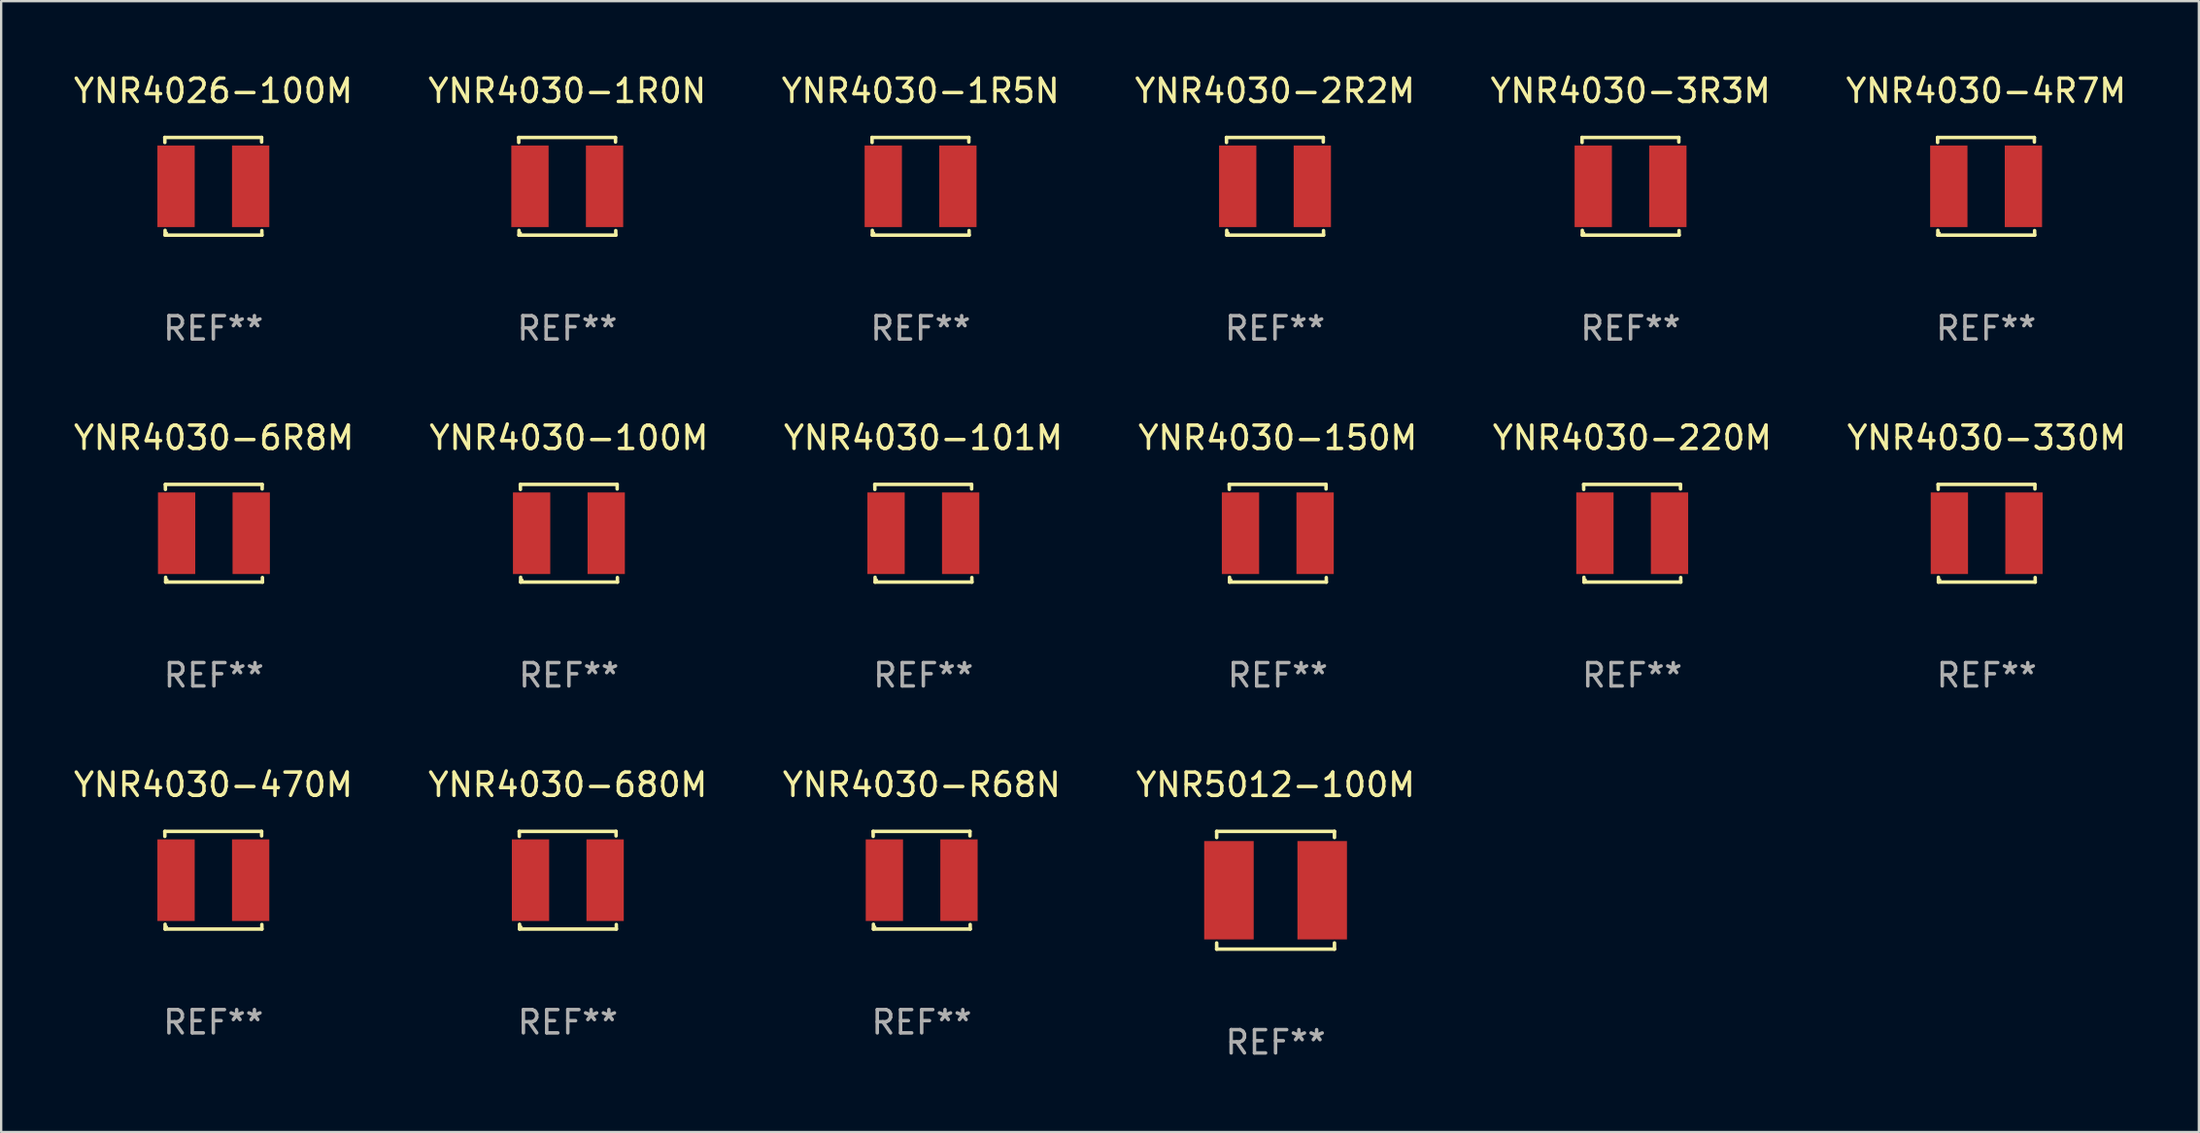
<source format=kicad_pcb>
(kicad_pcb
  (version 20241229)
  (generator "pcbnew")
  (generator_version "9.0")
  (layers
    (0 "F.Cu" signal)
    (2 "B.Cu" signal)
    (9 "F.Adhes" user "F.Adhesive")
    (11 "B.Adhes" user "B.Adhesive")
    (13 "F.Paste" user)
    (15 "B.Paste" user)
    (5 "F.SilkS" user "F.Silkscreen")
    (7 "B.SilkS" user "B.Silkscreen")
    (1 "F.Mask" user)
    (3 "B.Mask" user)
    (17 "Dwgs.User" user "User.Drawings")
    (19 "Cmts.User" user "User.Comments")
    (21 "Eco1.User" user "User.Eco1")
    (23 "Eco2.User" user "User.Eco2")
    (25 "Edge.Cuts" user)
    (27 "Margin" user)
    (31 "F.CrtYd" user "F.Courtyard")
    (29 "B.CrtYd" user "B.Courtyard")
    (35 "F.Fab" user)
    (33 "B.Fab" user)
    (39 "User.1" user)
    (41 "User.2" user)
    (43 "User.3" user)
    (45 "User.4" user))
  (footprint "YNR4030-150M"
    (layer "F.Cu")
    (at 51.756 19.832)
    (property "Reference" "YNR4030-150M" (at 0 -4.096 0) (layer "F.SilkS") (effects (font (size 1 1) (thickness 0.15))))
    (attr through_hole)
    (fp_line (start -2.083 -2.096) (end -2.08 -1.88) (stroke (width 0.15) (type solid)) (layer "F.SilkS"))
    (fp_line (start -2.07 1.89) (end -2.07 2.096) (stroke (width 0.15) (type solid)) (layer "F.SilkS"))
    (fp_line (start -2.07 2.096) (end 2.083 2.096) (stroke (width 0.15) (type solid)) (layer "F.SilkS"))
    (fp_line (start 2.07 -1.9) (end 2.07 -2.096) (stroke (width 0.15) (type solid)) (layer "F.SilkS"))
    (fp_line (start 2.07 -2.096) (end -2.083 -2.096) (stroke (width 0.15) (type solid)) (layer "F.SilkS"))
    (fp_line (start 2.083 2.096) (end 2.08 1.9) (stroke (width 0.15) (type solid)) (layer "F.SilkS"))
    (fp_circle (center -2 2) (end -1.97 2) (stroke (width 0.06) (type solid)) (fill no) (layer "F.SilkS"))
    (fp_text user "REF**" (at 0 6.096 0) (layer "F.Fab") (effects (font (size 1 1) (thickness 0.15))))
    (pad "1" smd rect (at -1.6 -0.000343) (size 1.6 3.5) (layers "F.Cu" "F.Mask" "F.Paste"))
    (pad "2" smd rect (at 1.6 -0.000343) (size 1.6 3.5) (layers "F.Cu" "F.Mask" "F.Paste")))
  (footprint "YNR4030-1R0N"
    (layer "F.Cu")
    (at 21.28 4.944)
    (property "Reference" "YNR4030-1R0N" (at 0 -4.096 0) (layer "F.SilkS") (effects (font (size 1 1) (thickness 0.15))))
    (attr through_hole)
    (fp_line (start -2.083 -2.096) (end -2.08 -1.88) (stroke (width 0.15) (type solid)) (layer "F.SilkS"))
    (fp_line (start -2.07 1.89) (end -2.07 2.096) (stroke (width 0.15) (type solid)) (layer "F.SilkS"))
    (fp_line (start -2.07 2.096) (end 2.083 2.096) (stroke (width 0.15) (type solid)) (layer "F.SilkS"))
    (fp_line (start 2.07 -1.9) (end 2.07 -2.096) (stroke (width 0.15) (type solid)) (layer "F.SilkS"))
    (fp_line (start 2.07 -2.096) (end -2.083 -2.096) (stroke (width 0.15) (type solid)) (layer "F.SilkS"))
    (fp_line (start 2.083 2.096) (end 2.08 1.9) (stroke (width 0.15) (type solid)) (layer "F.SilkS"))
    (fp_circle (center -2 2) (end -1.97 2) (stroke (width 0.06) (type solid)) (fill no) (layer "F.SilkS"))
    (fp_text user "REF**" (at 0 6.096 0) (layer "F.Fab") (effects (font (size 1 1) (thickness 0.15))))
    (pad "1" smd rect (at -1.6 -0.000343) (size 1.6 3.5) (layers "F.Cu" "F.Mask" "F.Paste"))
    (pad "2" smd rect (at 1.6 -0.000343) (size 1.6 3.5) (layers "F.Cu" "F.Mask" "F.Paste")))
  (footprint "YNR4030-100M"
    (layer "F.Cu")
    (at 21.351 19.832)
    (property "Reference" "YNR4030-100M" (at 0 -4.096 0) (layer "F.SilkS") (effects (font (size 1 1) (thickness 0.15))))
    (attr through_hole)
    (fp_line (start -2.083 -2.096) (end -2.08 -1.88) (stroke (width 0.15) (type solid)) (layer "F.SilkS"))
    (fp_line (start -2.07 1.89) (end -2.07 2.096) (stroke (width 0.15) (type solid)) (layer "F.SilkS"))
    (fp_line (start -2.07 2.096) (end 2.083 2.096) (stroke (width 0.15) (type solid)) (layer "F.SilkS"))
    (fp_line (start 2.07 -1.9) (end 2.07 -2.096) (stroke (width 0.15) (type solid)) (layer "F.SilkS"))
    (fp_line (start 2.07 -2.096) (end -2.083 -2.096) (stroke (width 0.15) (type solid)) (layer "F.SilkS"))
    (fp_line (start 2.083 2.096) (end 2.08 1.9) (stroke (width 0.15) (type solid)) (layer "F.SilkS"))
    (fp_circle (center -2 2) (end -1.97 2) (stroke (width 0.06) (type solid)) (fill no) (layer "F.SilkS"))
    (fp_text user "REF**" (at 0 6.096 0) (layer "F.Fab") (effects (font (size 1 1) (thickness 0.15))))
    (pad "1" smd rect (at -1.6 -0.000343) (size 1.6 3.5) (layers "F.Cu" "F.Mask" "F.Paste"))
    (pad "2" smd rect (at 1.6 -0.000343) (size 1.6 3.5) (layers "F.Cu" "F.Mask" "F.Paste")))
  (footprint "YNR4030-2R2M"
    (layer "F.Cu")
    (at 51.637 4.944)
    (property "Reference" "YNR4030-2R2M" (at 0 -4.096 0) (layer "F.SilkS") (effects (font (size 1 1) (thickness 0.15))))
    (attr through_hole)
    (fp_line (start -2.083 -2.096) (end -2.08 -1.88) (stroke (width 0.15) (type solid)) (layer "F.SilkS"))
    (fp_line (start -2.07 1.89) (end -2.07 2.096) (stroke (width 0.15) (type solid)) (layer "F.SilkS"))
    (fp_line (start -2.07 2.096) (end 2.083 2.096) (stroke (width 0.15) (type solid)) (layer "F.SilkS"))
    (fp_line (start 2.07 -1.9) (end 2.07 -2.096) (stroke (width 0.15) (type solid)) (layer "F.SilkS"))
    (fp_line (start 2.07 -2.096) (end -2.083 -2.096) (stroke (width 0.15) (type solid)) (layer "F.SilkS"))
    (fp_line (start 2.083 2.096) (end 2.08 1.9) (stroke (width 0.15) (type solid)) (layer "F.SilkS"))
    (fp_circle (center -2 2) (end -1.97 2) (stroke (width 0.06) (type solid)) (fill no) (layer "F.SilkS"))
    (fp_text user "REF**" (at 0 6.096 0) (layer "F.Fab") (effects (font (size 1 1) (thickness 0.15))))
    (pad "1" smd rect (at -1.6 -0.000343) (size 1.6 3.5) (layers "F.Cu" "F.Mask" "F.Paste"))
    (pad "2" smd rect (at 1.6 -0.000343) (size 1.6 3.5) (layers "F.Cu" "F.Mask" "F.Paste")))
  (footprint "YNR4030-101M"
    (layer "F.Cu")
    (at 36.554 19.832)
    (property "Reference" "YNR4030-101M" (at 0 -4.096 0) (layer "F.SilkS") (effects (font (size 1 1) (thickness 0.15))))
    (attr through_hole)
    (fp_line (start -2.083 -2.096) (end -2.08 -1.88) (stroke (width 0.15) (type solid)) (layer "F.SilkS"))
    (fp_line (start -2.07 1.89) (end -2.07 2.096) (stroke (width 0.15) (type solid)) (layer "F.SilkS"))
    (fp_line (start -2.07 2.096) (end 2.083 2.096) (stroke (width 0.15) (type solid)) (layer "F.SilkS"))
    (fp_line (start 2.07 -1.9) (end 2.07 -2.096) (stroke (width 0.15) (type solid)) (layer "F.SilkS"))
    (fp_line (start 2.07 -2.096) (end -2.083 -2.096) (stroke (width 0.15) (type solid)) (layer "F.SilkS"))
    (fp_line (start 2.083 2.096) (end 2.08 1.9) (stroke (width 0.15) (type solid)) (layer "F.SilkS"))
    (fp_circle (center -2 2) (end -1.97 2) (stroke (width 0.06) (type solid)) (fill no) (layer "F.SilkS"))
    (fp_text user "REF**" (at 0 6.096 0) (layer "F.Fab") (effects (font (size 1 1) (thickness 0.15))))
    (pad "1" smd rect (at -1.6 -0.000343) (size 1.6 3.5) (layers "F.Cu" "F.Mask" "F.Paste"))
    (pad "2" smd rect (at 1.6 -0.000343) (size 1.6 3.5) (layers "F.Cu" "F.Mask" "F.Paste")))
  (footprint "YNR4030-R68N"
    (layer "F.Cu")
    (at 36.482 34.72)
    (property "Reference" "YNR4030-R68N" (at 0 -4.096 0) (layer "F.SilkS") (effects (font (size 1 1) (thickness 0.15))))
    (attr through_hole)
    (fp_line (start -2.083 -2.096) (end -2.08 -1.88) (stroke (width 0.15) (type solid)) (layer "F.SilkS"))
    (fp_line (start -2.07 1.89) (end -2.07 2.096) (stroke (width 0.15) (type solid)) (layer "F.SilkS"))
    (fp_line (start -2.07 2.096) (end 2.083 2.096) (stroke (width 0.15) (type solid)) (layer "F.SilkS"))
    (fp_line (start 2.07 -1.9) (end 2.07 -2.096) (stroke (width 0.15) (type solid)) (layer "F.SilkS"))
    (fp_line (start 2.07 -2.096) (end -2.083 -2.096) (stroke (width 0.15) (type solid)) (layer "F.SilkS"))
    (fp_line (start 2.083 2.096) (end 2.08 1.9) (stroke (width 0.15) (type solid)) (layer "F.SilkS"))
    (fp_circle (center -2 2) (end -1.97 2) (stroke (width 0.06) (type solid)) (fill no) (layer "F.SilkS"))
    (fp_text user "REF**" (at 0 6.096 0) (layer "F.Fab") (effects (font (size 1 1) (thickness 0.15))))
    (pad "1" smd rect (at -1.6 -0.000343) (size 1.6 3.5) (layers "F.Cu" "F.Mask" "F.Paste"))
    (pad "2" smd rect (at 1.6 -0.000343) (size 1.6 3.5) (layers "F.Cu" "F.Mask" "F.Paste")))
  (footprint "YNR4030-6R8M"
    (layer "F.Cu")
    (at 6.125 19.832)
    (property "Reference" "YNR4030-6R8M" (at 0 -4.096 0) (layer "F.SilkS") (effects (font (size 1 1) (thickness 0.15))))
    (attr through_hole)
    (fp_line (start -2.083 -2.096) (end -2.08 -1.88) (stroke (width 0.15) (type solid)) (layer "F.SilkS"))
    (fp_line (start -2.07 1.89) (end -2.07 2.096) (stroke (width 0.15) (type solid)) (layer "F.SilkS"))
    (fp_line (start -2.07 2.096) (end 2.083 2.096) (stroke (width 0.15) (type solid)) (layer "F.SilkS"))
    (fp_line (start 2.07 -1.9) (end 2.07 -2.096) (stroke (width 0.15) (type solid)) (layer "F.SilkS"))
    (fp_line (start 2.07 -2.096) (end -2.083 -2.096) (stroke (width 0.15) (type solid)) (layer "F.SilkS"))
    (fp_line (start 2.083 2.096) (end 2.08 1.9) (stroke (width 0.15) (type solid)) (layer "F.SilkS"))
    (fp_circle (center -2 2) (end -1.97 2) (stroke (width 0.06) (type solid)) (fill no) (layer "F.SilkS"))
    (fp_text user "REF**" (at 0 6.096 0) (layer "F.Fab") (effects (font (size 1 1) (thickness 0.15))))
    (pad "1" smd rect (at -1.6 -0.000343) (size 1.6 3.5) (layers "F.Cu" "F.Mask" "F.Paste"))
    (pad "2" smd rect (at 1.6 -0.000343) (size 1.6 3.5) (layers "F.Cu" "F.Mask" "F.Paste")))
  (footprint "YNR4030-1R5N"
    (layer "F.Cu")
    (at 36.435 4.944)
    (property "Reference" "YNR4030-1R5N" (at 0 -4.096 0) (layer "F.SilkS") (effects (font (size 1 1) (thickness 0.15))))
    (attr through_hole)
    (fp_line (start -2.083 -2.096) (end -2.08 -1.88) (stroke (width 0.15) (type solid)) (layer "F.SilkS"))
    (fp_line (start -2.07 1.89) (end -2.07 2.096) (stroke (width 0.15) (type solid)) (layer "F.SilkS"))
    (fp_line (start -2.07 2.096) (end 2.083 2.096) (stroke (width 0.15) (type solid)) (layer "F.SilkS"))
    (fp_line (start 2.07 -1.9) (end 2.07 -2.096) (stroke (width 0.15) (type solid)) (layer "F.SilkS"))
    (fp_line (start 2.07 -2.096) (end -2.083 -2.096) (stroke (width 0.15) (type solid)) (layer "F.SilkS"))
    (fp_line (start 2.083 2.096) (end 2.08 1.9) (stroke (width 0.15) (type solid)) (layer "F.SilkS"))
    (fp_circle (center -2 2) (end -1.97 2) (stroke (width 0.06) (type solid)) (fill no) (layer "F.SilkS"))
    (fp_text user "REF**" (at 0 6.096 0) (layer "F.Fab") (effects (font (size 1 1) (thickness 0.15))))
    (pad "1" smd rect (at -1.6 -0.000343) (size 1.6 3.5) (layers "F.Cu" "F.Mask" "F.Paste"))
    (pad "2" smd rect (at 1.6 -0.000343) (size 1.6 3.5) (layers "F.Cu" "F.Mask" "F.Paste")))
  (footprint "YNR4030-3R3M"
    (layer "F.Cu")
    (at 66.887 4.944)
    (property "Reference" "YNR4030-3R3M" (at 0 -4.096 0) (layer "F.SilkS") (effects (font (size 1 1) (thickness 0.15))))
    (attr through_hole)
    (fp_line (start -2.083 -2.096) (end -2.08 -1.88) (stroke (width 0.15) (type solid)) (layer "F.SilkS"))
    (fp_line (start -2.07 1.89) (end -2.07 2.096) (stroke (width 0.15) (type solid)) (layer "F.SilkS"))
    (fp_line (start -2.07 2.096) (end 2.083 2.096) (stroke (width 0.15) (type solid)) (layer "F.SilkS"))
    (fp_line (start 2.07 -1.9) (end 2.07 -2.096) (stroke (width 0.15) (type solid)) (layer "F.SilkS"))
    (fp_line (start 2.07 -2.096) (end -2.083 -2.096) (stroke (width 0.15) (type solid)) (layer "F.SilkS"))
    (fp_line (start 2.083 2.096) (end 2.08 1.9) (stroke (width 0.15) (type solid)) (layer "F.SilkS"))
    (fp_circle (center -2 2) (end -1.97 2) (stroke (width 0.06) (type solid)) (fill no) (layer "F.SilkS"))
    (fp_text user "REF**" (at 0 6.096 0) (layer "F.Fab") (effects (font (size 1 1) (thickness 0.15))))
    (pad "1" smd rect (at -1.6 -0.000343) (size 1.6 3.5) (layers "F.Cu" "F.Mask" "F.Paste"))
    (pad "2" smd rect (at 1.6 -0.000343) (size 1.6 3.5) (layers "F.Cu" "F.Mask" "F.Paste")))
  (footprint "YNR4030-680M"
    (layer "F.Cu")
    (at 21.304 34.72)
    (property "Reference" "YNR4030-680M" (at 0 -4.096 0) (layer "F.SilkS") (effects (font (size 1 1) (thickness 0.15))))
    (attr through_hole)
    (fp_line (start -2.083 -2.096) (end -2.08 -1.88) (stroke (width 0.15) (type solid)) (layer "F.SilkS"))
    (fp_line (start -2.07 1.89) (end -2.07 2.096) (stroke (width 0.15) (type solid)) (layer "F.SilkS"))
    (fp_line (start -2.07 2.096) (end 2.083 2.096) (stroke (width 0.15) (type solid)) (layer "F.SilkS"))
    (fp_line (start 2.07 -1.9) (end 2.07 -2.096) (stroke (width 0.15) (type solid)) (layer "F.SilkS"))
    (fp_line (start 2.07 -2.096) (end -2.083 -2.096) (stroke (width 0.15) (type solid)) (layer "F.SilkS"))
    (fp_line (start 2.083 2.096) (end 2.08 1.9) (stroke (width 0.15) (type solid)) (layer "F.SilkS"))
    (fp_circle (center -2 2) (end -1.97 2) (stroke (width 0.06) (type solid)) (fill no) (layer "F.SilkS"))
    (fp_text user "REF**" (at 0 6.096 0) (layer "F.Fab") (effects (font (size 1 1) (thickness 0.15))))
    (pad "1" smd rect (at -1.6 -0.000343) (size 1.6 3.5) (layers "F.Cu" "F.Mask" "F.Paste"))
    (pad "2" smd rect (at 1.6 -0.000343) (size 1.6 3.5) (layers "F.Cu" "F.Mask" "F.Paste")))
  (footprint "YNR4030-4R7M"
    (layer "F.Cu")
    (at 82.137 4.944)
    (property "Reference" "YNR4030-4R7M" (at 0 -4.096 0) (layer "F.SilkS") (effects (font (size 1 1) (thickness 0.15))))
    (attr through_hole)
    (fp_line (start -2.083 -2.096) (end -2.08 -1.88) (stroke (width 0.15) (type solid)) (layer "F.SilkS"))
    (fp_line (start -2.07 1.89) (end -2.07 2.096) (stroke (width 0.15) (type solid)) (layer "F.SilkS"))
    (fp_line (start -2.07 2.096) (end 2.083 2.096) (stroke (width 0.15) (type solid)) (layer "F.SilkS"))
    (fp_line (start 2.07 -1.9) (end 2.07 -2.096) (stroke (width 0.15) (type solid)) (layer "F.SilkS"))
    (fp_line (start 2.07 -2.096) (end -2.083 -2.096) (stroke (width 0.15) (type solid)) (layer "F.SilkS"))
    (fp_line (start 2.083 2.096) (end 2.08 1.9) (stroke (width 0.15) (type solid)) (layer "F.SilkS"))
    (fp_circle (center -2 2) (end -1.97 2) (stroke (width 0.06) (type solid)) (fill no) (layer "F.SilkS"))
    (fp_text user "REF**" (at 0 6.096 0) (layer "F.Fab") (effects (font (size 1 1) (thickness 0.15))))
    (pad "1" smd rect (at -1.6 -0.000343) (size 1.6 3.5) (layers "F.Cu" "F.Mask" "F.Paste"))
    (pad "2" smd rect (at 1.6 -0.000343) (size 1.6 3.5) (layers "F.Cu" "F.Mask" "F.Paste")))
  (footprint "YNR4030-330M"
    (layer "F.Cu")
    (at 82.161 19.832)
    (property "Reference" "YNR4030-330M" (at 0 -4.096 0) (layer "F.SilkS") (effects (font (size 1 1) (thickness 0.15))))
    (attr through_hole)
    (fp_line (start -2.083 -2.096) (end -2.08 -1.88) (stroke (width 0.15) (type solid)) (layer "F.SilkS"))
    (fp_line (start -2.07 1.89) (end -2.07 2.096) (stroke (width 0.15) (type solid)) (layer "F.SilkS"))
    (fp_line (start -2.07 2.096) (end 2.083 2.096) (stroke (width 0.15) (type solid)) (layer "F.SilkS"))
    (fp_line (start 2.07 -1.9) (end 2.07 -2.096) (stroke (width 0.15) (type solid)) (layer "F.SilkS"))
    (fp_line (start 2.07 -2.096) (end -2.083 -2.096) (stroke (width 0.15) (type solid)) (layer "F.SilkS"))
    (fp_line (start 2.083 2.096) (end 2.08 1.9) (stroke (width 0.15) (type solid)) (layer "F.SilkS"))
    (fp_circle (center -2 2) (end -1.97 2) (stroke (width 0.06) (type solid)) (fill no) (layer "F.SilkS"))
    (fp_text user "REF**" (at 0 6.096 0) (layer "F.Fab") (effects (font (size 1 1) (thickness 0.15))))
    (pad "1" smd rect (at -1.6 -0.000343) (size 1.6 3.5) (layers "F.Cu" "F.Mask" "F.Paste"))
    (pad "2" smd rect (at 1.6 -0.000343) (size 1.6 3.5) (layers "F.Cu" "F.Mask" "F.Paste")))
  (footprint "YNR4030-470M"
    (layer "F.Cu")
    (at 6.101 34.72)
    (property "Reference" "YNR4030-470M" (at 0 -4.096 0) (layer "F.SilkS") (effects (font (size 1 1) (thickness 0.15))))
    (attr through_hole)
    (fp_line (start -2.083 -2.096) (end -2.08 -1.88) (stroke (width 0.15) (type solid)) (layer "F.SilkS"))
    (fp_line (start -2.07 1.89) (end -2.07 2.096) (stroke (width 0.15) (type solid)) (layer "F.SilkS"))
    (fp_line (start -2.07 2.096) (end 2.083 2.096) (stroke (width 0.15) (type solid)) (layer "F.SilkS"))
    (fp_line (start 2.07 -1.9) (end 2.07 -2.096) (stroke (width 0.15) (type solid)) (layer "F.SilkS"))
    (fp_line (start 2.07 -2.096) (end -2.083 -2.096) (stroke (width 0.15) (type solid)) (layer "F.SilkS"))
    (fp_line (start 2.083 2.096) (end 2.08 1.9) (stroke (width 0.15) (type solid)) (layer "F.SilkS"))
    (fp_circle (center -2 2) (end -1.97 2) (stroke (width 0.06) (type solid)) (fill no) (layer "F.SilkS"))
    (fp_text user "REF**" (at 0 6.096 0) (layer "F.Fab") (effects (font (size 1 1) (thickness 0.15))))
    (pad "1" smd rect (at -1.6 -0.000343) (size 1.6 3.5) (layers "F.Cu" "F.Mask" "F.Paste"))
    (pad "2" smd rect (at 1.6 -0.000343) (size 1.6 3.5) (layers "F.Cu" "F.Mask" "F.Paste")))
  (footprint "YNR5012-100M"
    (layer "F.Cu")
    (at 51.661 35.151)
    (property "Reference" "YNR5012-100M" (at 0 -4.526 0) (layer "F.SilkS") (effects (font (size 1 1) (thickness 0.15))))
    (attr through_hole)
    (fp_line (start -2.526 -2.526) (end 2.526 -2.526) (stroke (width 0.152) (type solid)) (layer "F.SilkS"))
    (fp_line (start -2.526 -2.262) (end -2.526 -2.526) (stroke (width 0.152) (type solid)) (layer "F.SilkS"))
    (fp_line (start -2.526 2.262) (end -2.526 2.526) (stroke (width 0.152) (type solid)) (layer "F.SilkS"))
    (fp_line (start -2.526 2.526) (end 2.526 2.526) (stroke (width 0.152) (type solid)) (layer "F.SilkS"))
    (fp_line (start 2.526 -2.526) (end 2.526 -2.262) (stroke (width 0.152) (type solid)) (layer "F.SilkS"))
    (fp_line (start 2.526 2.526) (end 2.526 2.262) (stroke (width 0.152) (type solid)) (layer "F.SilkS"))
    (fp_circle (center 2.5 -2.5) (end 2.53 -2.5) (stroke (width 0.06) (type solid)) (fill no) (layer "F.SilkS"))
    (fp_text user "REF**" (at 0 6.526 0) (layer "F.Fab") (effects (font (size 1 1) (thickness 0.15))))
    (pad "1" smd rect (at 2 0) (size 2.124 4.22) (layers "F.Cu" "F.Mask" "F.Paste"))
    (pad "2" smd rect (at -2 0) (size 2.124 4.22) (layers "F.Cu" "F.Mask" "F.Paste")))
  (footprint "YNR4030-220M"
    (layer "F.Cu")
    (at 66.958 19.832)
    (property "Reference" "YNR4030-220M" (at 0 -4.096 0) (layer "F.SilkS") (effects (font (size 1 1) (thickness 0.15))))
    (attr through_hole)
    (fp_line (start -2.083 -2.096) (end -2.08 -1.88) (stroke (width 0.15) (type solid)) (layer "F.SilkS"))
    (fp_line (start -2.07 1.89) (end -2.07 2.096) (stroke (width 0.15) (type solid)) (layer "F.SilkS"))
    (fp_line (start -2.07 2.096) (end 2.083 2.096) (stroke (width 0.15) (type solid)) (layer "F.SilkS"))
    (fp_line (start 2.07 -1.9) (end 2.07 -2.096) (stroke (width 0.15) (type solid)) (layer "F.SilkS"))
    (fp_line (start 2.07 -2.096) (end -2.083 -2.096) (stroke (width 0.15) (type solid)) (layer "F.SilkS"))
    (fp_line (start 2.083 2.096) (end 2.08 1.9) (stroke (width 0.15) (type solid)) (layer "F.SilkS"))
    (fp_circle (center -2 2) (end -1.97 2) (stroke (width 0.06) (type solid)) (fill no) (layer "F.SilkS"))
    (fp_text user "REF**" (at 0 6.096 0) (layer "F.Fab") (effects (font (size 1 1) (thickness 0.15))))
    (pad "1" smd rect (at -1.6 -0.000343) (size 1.6 3.5) (layers "F.Cu" "F.Mask" "F.Paste"))
    (pad "2" smd rect (at 1.6 -0.000343) (size 1.6 3.5) (layers "F.Cu" "F.Mask" "F.Paste")))
  (footprint "YNR4026-100M"
    (layer "F.Cu")
    (at 6.101 4.944)
    (property "Reference" "YNR4026-100M" (at 0 -4.096 0) (layer "F.SilkS") (effects (font (size 1 1) (thickness 0.15))))
    (attr through_hole)
    (fp_line (start -2.083 -2.096) (end -2.08 -1.88) (stroke (width 0.15) (type solid)) (layer "F.SilkS"))
    (fp_line (start -2.07 1.89) (end -2.07 2.096) (stroke (width 0.15) (type solid)) (layer "F.SilkS"))
    (fp_line (start -2.07 2.096) (end 2.083 2.096) (stroke (width 0.15) (type solid)) (layer "F.SilkS"))
    (fp_line (start 2.07 -1.9) (end 2.07 -2.096) (stroke (width 0.15) (type solid)) (layer "F.SilkS"))
    (fp_line (start 2.07 -2.096) (end -2.083 -2.096) (stroke (width 0.15) (type solid)) (layer "F.SilkS"))
    (fp_line (start 2.083 2.096) (end 2.08 1.9) (stroke (width 0.15) (type solid)) (layer "F.SilkS"))
    (fp_circle (center -2 2) (end -1.97 2) (stroke (width 0.06) (type solid)) (fill no) (layer "F.SilkS"))
    (fp_text user "REF**" (at 0 6.096 0) (layer "F.Fab") (effects (font (size 1 1) (thickness 0.15))))
    (pad "1" smd rect (at -1.6 -0.000343) (size 1.6 3.5) (layers "F.Cu" "F.Mask" "F.Paste"))
    (pad "2" smd rect (at 1.6 -0.000343) (size 1.6 3.5) (layers "F.Cu" "F.Mask" "F.Paste")))
  (gr_rect
    (start -3 -3)
    (end 91.262 45.525)
    (stroke (width 0.1) (type default))
    (fill no)
    (layer "Edge.Cuts")))
</source>
